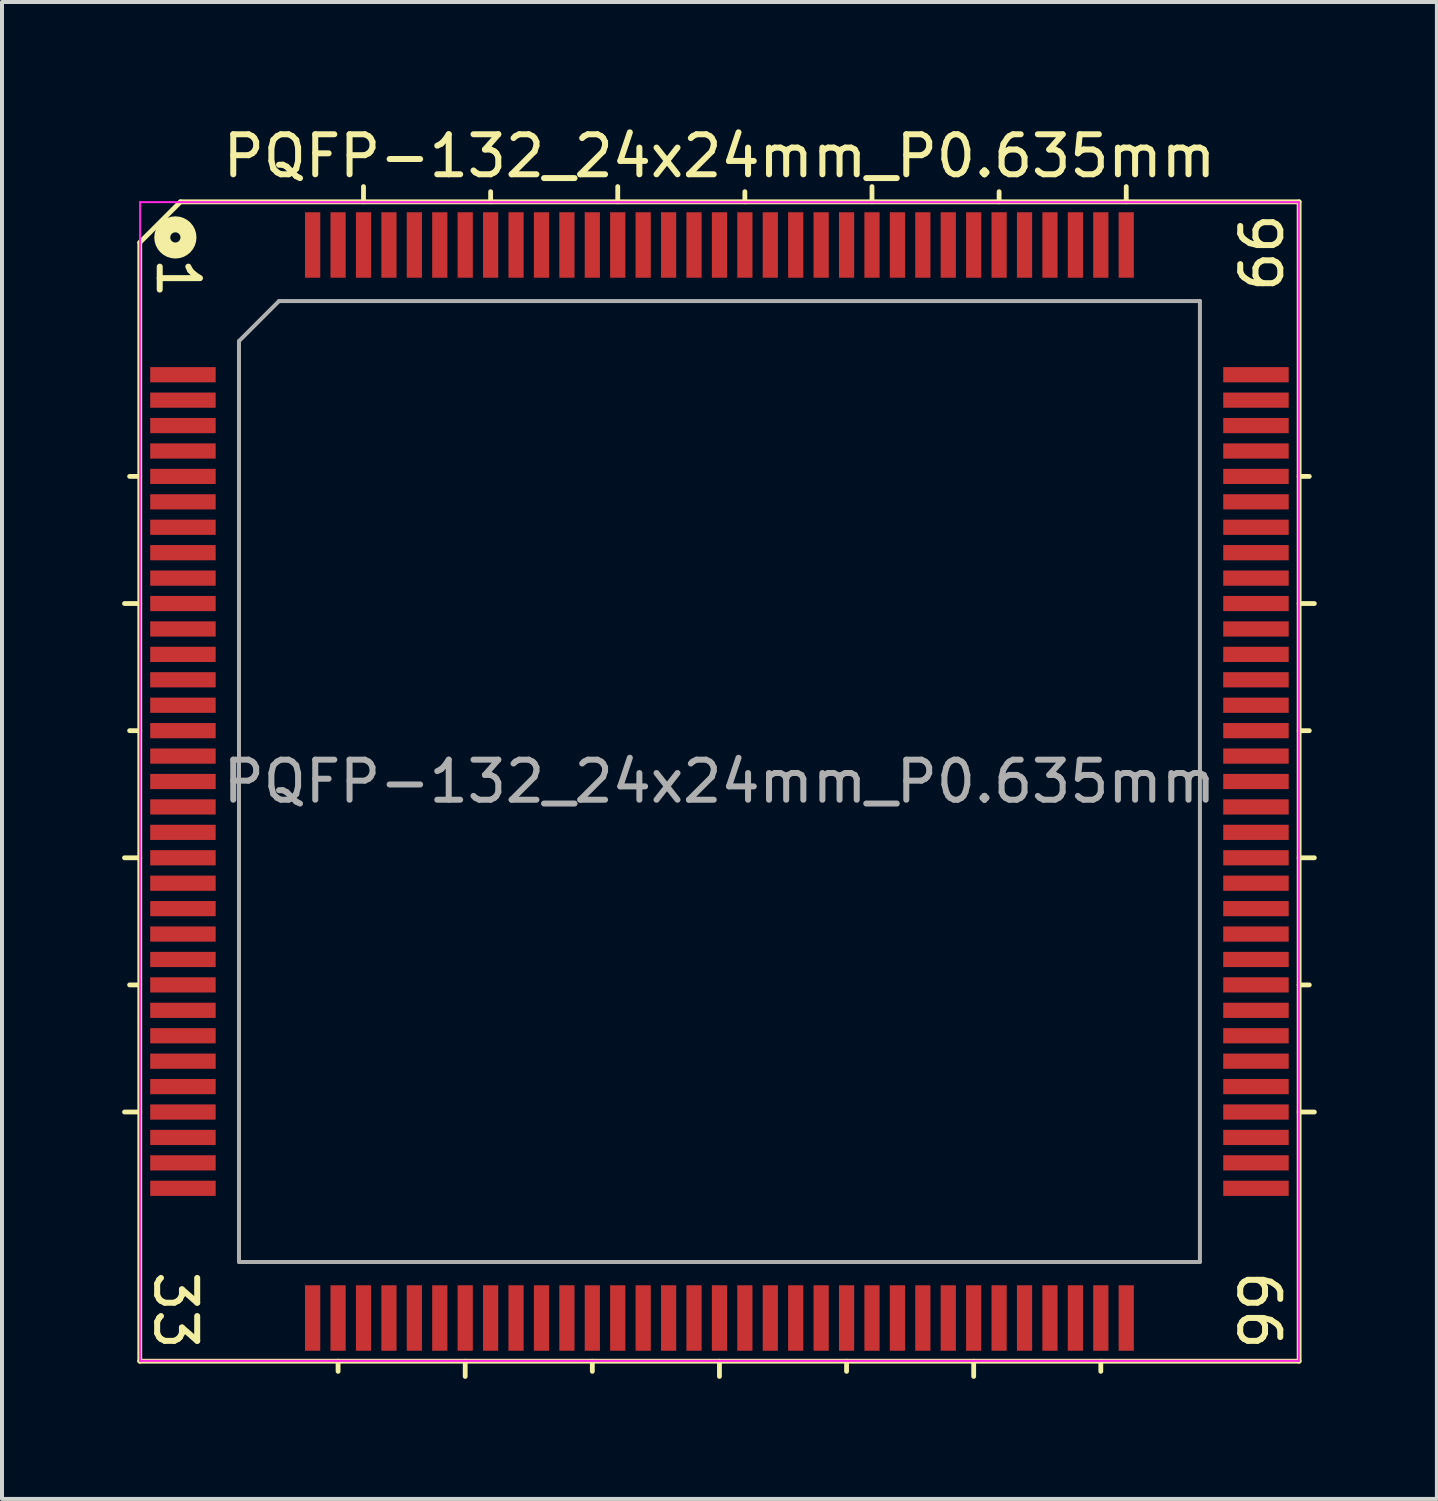
<source format=kicad_pcb>
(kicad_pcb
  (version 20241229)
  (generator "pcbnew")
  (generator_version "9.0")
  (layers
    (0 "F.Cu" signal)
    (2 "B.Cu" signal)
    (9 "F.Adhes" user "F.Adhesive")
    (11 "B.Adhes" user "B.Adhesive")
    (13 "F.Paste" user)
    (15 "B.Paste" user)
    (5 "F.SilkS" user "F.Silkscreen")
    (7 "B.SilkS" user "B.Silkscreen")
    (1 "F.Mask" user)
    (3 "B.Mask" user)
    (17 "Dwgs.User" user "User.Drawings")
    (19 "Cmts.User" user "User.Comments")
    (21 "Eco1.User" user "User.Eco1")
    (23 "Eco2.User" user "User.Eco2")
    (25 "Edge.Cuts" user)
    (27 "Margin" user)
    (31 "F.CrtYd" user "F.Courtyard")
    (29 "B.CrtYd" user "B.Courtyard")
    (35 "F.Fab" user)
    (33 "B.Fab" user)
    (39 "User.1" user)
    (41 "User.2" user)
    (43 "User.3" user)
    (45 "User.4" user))
  (footprint "PQFP-132_24x24mm_P0.635mm"
    (layer "F.Cu")
    (at 14.919 16.469)
    (property "Reference" "PQFP-132_24x24mm_P0.635mm" (at 0 -15.621 0) (layer "F.SilkS") (effects (font (size 1 1) (thickness 0.15))))
    (attr smd)
    (fp_line (start -14.859 -4.445) (end -14.478 -4.445) (stroke (width 0.12) (type solid)) (layer "F.SilkS"))
    (fp_line (start -14.859 1.905) (end -14.478 1.905) (stroke (width 0.12) (type solid)) (layer "F.SilkS"))
    (fp_line (start -14.859 8.255) (end -14.478 8.255) (stroke (width 0.12) (type solid)) (layer "F.SilkS"))
    (fp_line (start -14.732 -7.62) (end -14.478 -7.62) (stroke (width 0.12) (type solid)) (layer "F.SilkS"))
    (fp_line (start -14.732 -1.27) (end -14.478 -1.27) (stroke (width 0.12) (type solid)) (layer "F.SilkS"))
    (fp_line (start -14.732 5.08) (end -14.478 5.08) (stroke (width 0.12) (type solid)) (layer "F.SilkS"))
    (fp_line (start -14.478 -13.462) (end -14.478 14.478) (stroke (width 0.12) (type solid)) (layer "F.SilkS"))
    (fp_line (start -14.478 14.478) (end 14.478 14.478) (stroke (width 0.12) (type solid)) (layer "F.SilkS"))
    (fp_line (start -13.462 -14.478) (end -14.478 -13.462) (stroke (width 0.12) (type solid)) (layer "F.SilkS"))
    (fp_line (start -9.525 14.732) (end -9.525 14.478) (stroke (width 0.12) (type solid)) (layer "F.SilkS"))
    (fp_line (start -8.89 -14.478) (end -8.89 -14.859) (stroke (width 0.12) (type solid)) (layer "F.SilkS"))
    (fp_line (start -6.35 14.859) (end -6.35 14.478) (stroke (width 0.12) (type solid)) (layer "F.SilkS"))
    (fp_line (start -5.715 -14.478) (end -5.715 -14.732) (stroke (width 0.12) (type solid)) (layer "F.SilkS"))
    (fp_line (start -3.175 14.732) (end -3.175 14.478) (stroke (width 0.12) (type solid)) (layer "F.SilkS"))
    (fp_line (start -2.54 -14.478) (end -2.54 -14.859) (stroke (width 0.12) (type solid)) (layer "F.SilkS"))
    (fp_line (start 0 14.859) (end 0 14.478) (stroke (width 0.12) (type solid)) (layer "F.SilkS"))
    (fp_line (start 0.635 -14.478) (end 0.635 -14.732) (stroke (width 0.12) (type solid)) (layer "F.SilkS"))
    (fp_line (start 3.175 14.732) (end 3.175 14.478) (stroke (width 0.12) (type solid)) (layer "F.SilkS"))
    (fp_line (start 3.81 -14.478) (end 3.81 -14.859) (stroke (width 0.12) (type solid)) (layer "F.SilkS"))
    (fp_line (start 6.35 14.859) (end 6.35 14.478) (stroke (width 0.12) (type solid)) (layer "F.SilkS"))
    (fp_line (start 6.985 -14.478) (end 6.985 -14.732) (stroke (width 0.12) (type solid)) (layer "F.SilkS"))
    (fp_line (start 9.525 14.732) (end 9.525 14.478) (stroke (width 0.12) (type solid)) (layer "F.SilkS"))
    (fp_line (start 10.16 -14.478) (end 10.16 -14.859) (stroke (width 0.12) (type solid)) (layer "F.SilkS"))
    (fp_line (start 14.478 -14.478) (end -13.462 -14.478) (stroke (width 0.12) (type solid)) (layer "F.SilkS"))
    (fp_line (start 14.478 -7.62) (end 14.732 -7.62) (stroke (width 0.12) (type solid)) (layer "F.SilkS"))
    (fp_line (start 14.478 -4.445) (end 14.859 -4.445) (stroke (width 0.12) (type solid)) (layer "F.SilkS"))
    (fp_line (start 14.478 -1.27) (end 14.732 -1.27) (stroke (width 0.12) (type solid)) (layer "F.SilkS"))
    (fp_line (start 14.478 1.905) (end 14.859 1.905) (stroke (width 0.12) (type solid)) (layer "F.SilkS"))
    (fp_line (start 14.478 5.08) (end 14.732 5.08) (stroke (width 0.12) (type solid)) (layer "F.SilkS"))
    (fp_line (start 14.478 8.255) (end 14.859 8.255) (stroke (width 0.12) (type solid)) (layer "F.SilkS"))
    (fp_line (start 14.478 14.478) (end 14.478 -14.478) (stroke (width 0.12) (type solid)) (layer "F.SilkS"))
    (fp_circle (center -13.589 -13.589) (end -13.462 -13.589) (stroke (width 0.4) (type solid)) (fill no) (layer "F.SilkS"))
    (fp_line (start -14.47 -14.47) (end -14.47 14.47) (stroke (width 0.05) (type solid)) (layer "F.CrtYd"))
    (fp_line (start 14.47 -14.47) (end -14.47 -14.47) (stroke (width 0.05) (type solid)) (layer "F.CrtYd"))
    (fp_line (start 14.47 -14.47) (end 14.47 14.47) (stroke (width 0.05) (type solid)) (layer "F.CrtYd"))
    (fp_line (start 14.47 14.47) (end -14.47 14.47) (stroke (width 0.05) (type solid)) (layer "F.CrtYd"))
    (fp_line (start -12 12) (end -12 -11) (stroke (width 0.1) (type solid)) (layer "F.Fab"))
    (fp_line (start -11 -12) (end -12 -11) (stroke (width 0.1) (type solid)) (layer "F.Fab"))
    (fp_line (start -11 -12) (end 12 -12) (stroke (width 0.1) (type solid)) (layer "F.Fab"))
    (fp_line (start 12 -12) (end 12 12) (stroke (width 0.1) (type solid)) (layer "F.Fab"))
    (fp_line (start 12 12) (end -12 12) (stroke (width 0.1) (type solid)) (layer "F.Fab"))
    (fp_text user "1" (at -13.525 -12.573 270) (unlocked yes) (layer "F.SilkS") (effects (font (size 1 1) (thickness 0.15))))
    (fp_text user "66" (at 13.462 13.208 270) (unlocked yes) (layer "F.SilkS") (effects (font (size 1 1) (thickness 0.15))))
    (fp_text user "99" (at 13.462 -13.208 270) (unlocked yes) (layer "F.SilkS") (effects (font (size 1 1) (thickness 0.15))))
    (fp_text user "33" (at -13.589 13.208 270) (unlocked yes) (layer "F.SilkS") (effects (font (size 1 1) (thickness 0.15))))
    (fp_text user "${REFERENCE}" (at 0 0 0) (layer "F.Fab") (effects (font (size 1 1) (thickness 0.15))))
    (pad "1" smd rect (at -13.4 -10.16) (size 1.635 0.38) (layers "F.Cu" "F.Mask" "F.Paste"))
    (pad "2" smd rect (at -13.4 -9.525) (size 1.635 0.38) (layers "F.Cu" "F.Mask" "F.Paste"))
    (pad "3" smd rect (at -13.4 -8.89) (size 1.635 0.38) (layers "F.Cu" "F.Mask" "F.Paste"))
    (pad "4" smd rect (at -13.4 -8.255) (size 1.635 0.38) (layers "F.Cu" "F.Mask" "F.Paste"))
    (pad "5" smd rect (at -13.4 -7.62) (size 1.635 0.38) (layers "F.Cu" "F.Mask" "F.Paste"))
    (pad "6" smd rect (at -13.4 -6.985) (size 1.635 0.38) (layers "F.Cu" "F.Mask" "F.Paste"))
    (pad "7" smd rect (at -13.4 -6.35) (size 1.635 0.38) (layers "F.Cu" "F.Mask" "F.Paste"))
    (pad "8" smd rect (at -13.4 -5.715) (size 1.635 0.38) (layers "F.Cu" "F.Mask" "F.Paste"))
    (pad "9" smd rect (at -13.4 -5.08) (size 1.635 0.38) (layers "F.Cu" "F.Mask" "F.Paste"))
    (pad "10" smd rect (at -13.4 -4.445) (size 1.635 0.38) (layers "F.Cu" "F.Mask" "F.Paste"))
    (pad "11" smd rect (at -13.4 -3.81) (size 1.635 0.38) (layers "F.Cu" "F.Mask" "F.Paste"))
    (pad "12" smd rect (at -13.4 -3.175) (size 1.635 0.38) (layers "F.Cu" "F.Mask" "F.Paste"))
    (pad "13" smd rect (at -13.4 -2.54) (size 1.635 0.38) (layers "F.Cu" "F.Mask" "F.Paste"))
    (pad "14" smd rect (at -13.4 -1.905) (size 1.635 0.38) (layers "F.Cu" "F.Mask" "F.Paste"))
    (pad "15" smd rect (at -13.4 -1.27) (size 1.635 0.38) (layers "F.Cu" "F.Mask" "F.Paste"))
    (pad "16" smd rect (at -13.4 -0.635) (size 1.635 0.38) (layers "F.Cu" "F.Mask" "F.Paste"))
    (pad "17" smd rect (at -13.4 0) (size 1.635 0.38) (layers "F.Cu" "F.Mask" "F.Paste"))
    (pad "18" smd rect (at -13.4 0.635) (size 1.635 0.38) (layers "F.Cu" "F.Mask" "F.Paste"))
    (pad "19" smd rect (at -13.4 1.27) (size 1.635 0.38) (layers "F.Cu" "F.Mask" "F.Paste"))
    (pad "20" smd rect (at -13.4 1.905) (size 1.635 0.38) (layers "F.Cu" "F.Mask" "F.Paste"))
    (pad "21" smd rect (at -13.4 2.54) (size 1.635 0.38) (layers "F.Cu" "F.Mask" "F.Paste"))
    (pad "22" smd rect (at -13.4 3.175) (size 1.635 0.38) (layers "F.Cu" "F.Mask" "F.Paste"))
    (pad "23" smd rect (at -13.4 3.81) (size 1.635 0.38) (layers "F.Cu" "F.Mask" "F.Paste"))
    (pad "24" smd rect (at -13.4 4.445) (size 1.635 0.38) (layers "F.Cu" "F.Mask" "F.Paste"))
    (pad "25" smd rect (at -13.4 5.08) (size 1.635 0.38) (layers "F.Cu" "F.Mask" "F.Paste"))
    (pad "26" smd rect (at -13.4 5.715) (size 1.635 0.38) (layers "F.Cu" "F.Mask" "F.Paste"))
    (pad "27" smd rect (at -13.4 6.35) (size 1.635 0.38) (layers "F.Cu" "F.Mask" "F.Paste"))
    (pad "28" smd rect (at -13.4 6.985) (size 1.635 0.38) (layers "F.Cu" "F.Mask" "F.Paste"))
    (pad "29" smd rect (at -13.4 7.62) (size 1.635 0.38) (layers "F.Cu" "F.Mask" "F.Paste"))
    (pad "30" smd rect (at -13.4 8.255) (size 1.635 0.38) (layers "F.Cu" "F.Mask" "F.Paste"))
    (pad "31" smd rect (at -13.4 8.89) (size 1.635 0.38) (layers "F.Cu" "F.Mask" "F.Paste"))
    (pad "32" smd rect (at -13.4 9.525) (size 1.635 0.38) (layers "F.Cu" "F.Mask" "F.Paste"))
    (pad "33" smd rect (at -13.4 10.16) (size 1.635 0.38) (layers "F.Cu" "F.Mask" "F.Paste"))
    (pad "34" smd rect (at -10.16 13.4) (size 0.38 1.635) (layers "F.Cu" "F.Mask" "F.Paste"))
    (pad "35" smd rect (at -9.525 13.4) (size 0.38 1.635) (layers "F.Cu" "F.Mask" "F.Paste"))
    (pad "36" smd rect (at -8.89 13.4) (size 0.38 1.635) (layers "F.Cu" "F.Mask" "F.Paste"))
    (pad "37" smd rect (at -8.255 13.4) (size 0.38 1.635) (layers "F.Cu" "F.Mask" "F.Paste"))
    (pad "38" smd rect (at -7.62 13.4) (size 0.38 1.635) (layers "F.Cu" "F.Mask" "F.Paste"))
    (pad "39" smd rect (at -6.985 13.4) (size 0.38 1.635) (layers "F.Cu" "F.Mask" "F.Paste"))
    (pad "40" smd rect (at -6.35 13.4) (size 0.38 1.635) (layers "F.Cu" "F.Mask" "F.Paste"))
    (pad "41" smd rect (at -5.715 13.4) (size 0.38 1.635) (layers "F.Cu" "F.Mask" "F.Paste"))
    (pad "42" smd rect (at -5.08 13.4) (size 0.38 1.635) (layers "F.Cu" "F.Mask" "F.Paste"))
    (pad "43" smd rect (at -4.445 13.4) (size 0.38 1.635) (layers "F.Cu" "F.Mask" "F.Paste"))
    (pad "44" smd rect (at -3.81 13.4) (size 0.38 1.635) (layers "F.Cu" "F.Mask" "F.Paste"))
    (pad "45" smd rect (at -3.175 13.4) (size 0.38 1.635) (layers "F.Cu" "F.Mask" "F.Paste"))
    (pad "46" smd rect (at -2.54 13.4) (size 0.38 1.635) (layers "F.Cu" "F.Mask" "F.Paste"))
    (pad "47" smd rect (at -1.905 13.4) (size 0.38 1.635) (layers "F.Cu" "F.Mask" "F.Paste"))
    (pad "48" smd rect (at -1.27 13.4) (size 0.38 1.635) (layers "F.Cu" "F.Mask" "F.Paste"))
    (pad "49" smd rect (at -0.635 13.4) (size 0.38 1.635) (layers "F.Cu" "F.Mask" "F.Paste"))
    (pad "50" smd rect (at 0 13.4) (size 0.38 1.635) (layers "F.Cu" "F.Mask" "F.Paste"))
    (pad "51" smd rect (at 0.635 13.4) (size 0.38 1.635) (layers "F.Cu" "F.Mask" "F.Paste"))
    (pad "52" smd rect (at 1.27 13.4) (size 0.38 1.635) (layers "F.Cu" "F.Mask" "F.Paste"))
    (pad "53" smd rect (at 1.905 13.4) (size 0.38 1.635) (layers "F.Cu" "F.Mask" "F.Paste"))
    (pad "54" smd rect (at 2.54 13.4) (size 0.38 1.635) (layers "F.Cu" "F.Mask" "F.Paste"))
    (pad "55" smd rect (at 3.175 13.4) (size 0.38 1.635) (layers "F.Cu" "F.Mask" "F.Paste"))
    (pad "56" smd rect (at 3.81 13.4) (size 0.38 1.635) (layers "F.Cu" "F.Mask" "F.Paste"))
    (pad "57" smd rect (at 4.445 13.4) (size 0.38 1.635) (layers "F.Cu" "F.Mask" "F.Paste"))
    (pad "58" smd rect (at 5.08 13.4) (size 0.38 1.635) (layers "F.Cu" "F.Mask" "F.Paste"))
    (pad "59" smd rect (at 5.715 13.4) (size 0.38 1.635) (layers "F.Cu" "F.Mask" "F.Paste"))
    (pad "60" smd rect (at 6.35 13.4) (size 0.38 1.635) (layers "F.Cu" "F.Mask" "F.Paste"))
    (pad "61" smd rect (at 6.985 13.4) (size 0.38 1.635) (layers "F.Cu" "F.Mask" "F.Paste"))
    (pad "62" smd rect (at 7.62 13.4) (size 0.38 1.635) (layers "F.Cu" "F.Mask" "F.Paste"))
    (pad "63" smd rect (at 8.255 13.4) (size 0.38 1.635) (layers "F.Cu" "F.Mask" "F.Paste"))
    (pad "64" smd rect (at 8.89 13.4) (size 0.38 1.635) (layers "F.Cu" "F.Mask" "F.Paste"))
    (pad "65" smd rect (at 9.525 13.4) (size 0.38 1.635) (layers "F.Cu" "F.Mask" "F.Paste"))
    (pad "66" smd rect (at 10.16 13.4) (size 0.38 1.635) (layers "F.Cu" "F.Mask" "F.Paste"))
    (pad "67" smd rect (at 13.4 10.16) (size 1.635 0.38) (layers "F.Cu" "F.Mask" "F.Paste"))
    (pad "68" smd rect (at 13.4 9.525) (size 1.635 0.38) (layers "F.Cu" "F.Mask" "F.Paste"))
    (pad "69" smd rect (at 13.4 8.89) (size 1.635 0.38) (layers "F.Cu" "F.Mask" "F.Paste"))
    (pad "70" smd rect (at 13.4 8.255) (size 1.635 0.38) (layers "F.Cu" "F.Mask" "F.Paste"))
    (pad "71" smd rect (at 13.4 7.62) (size 1.635 0.38) (layers "F.Cu" "F.Mask" "F.Paste"))
    (pad "72" smd rect (at 13.4 6.985) (size 1.635 0.38) (layers "F.Cu" "F.Mask" "F.Paste"))
    (pad "73" smd rect (at 13.4 6.35) (size 1.635 0.38) (layers "F.Cu" "F.Mask" "F.Paste"))
    (pad "74" smd rect (at 13.4 5.715) (size 1.635 0.38) (layers "F.Cu" "F.Mask" "F.Paste"))
    (pad "75" smd rect (at 13.4 5.08) (size 1.635 0.38) (layers "F.Cu" "F.Mask" "F.Paste"))
    (pad "76" smd rect (at 13.4 4.445) (size 1.635 0.38) (layers "F.Cu" "F.Mask" "F.Paste"))
    (pad "77" smd rect (at 13.4 3.81) (size 1.635 0.38) (layers "F.Cu" "F.Mask" "F.Paste"))
    (pad "78" smd rect (at 13.4 3.175) (size 1.635 0.38) (layers "F.Cu" "F.Mask" "F.Paste"))
    (pad "79" smd rect (at 13.4 2.54) (size 1.635 0.38) (layers "F.Cu" "F.Mask" "F.Paste"))
    (pad "80" smd rect (at 13.4 1.905) (size 1.635 0.38) (layers "F.Cu" "F.Mask" "F.Paste"))
    (pad "81" smd rect (at 13.4 1.27) (size 1.635 0.38) (layers "F.Cu" "F.Mask" "F.Paste"))
    (pad "82" smd rect (at 13.4 0.635) (size 1.635 0.38) (layers "F.Cu" "F.Mask" "F.Paste"))
    (pad "83" smd rect (at 13.4 0) (size 1.635 0.38) (layers "F.Cu" "F.Mask" "F.Paste"))
    (pad "84" smd rect (at 13.4 -0.635) (size 1.635 0.38) (layers "F.Cu" "F.Mask" "F.Paste"))
    (pad "85" smd rect (at 13.4 -1.27) (size 1.635 0.38) (layers "F.Cu" "F.Mask" "F.Paste"))
    (pad "86" smd rect (at 13.4 -1.905) (size 1.635 0.38) (layers "F.Cu" "F.Mask" "F.Paste"))
    (pad "87" smd rect (at 13.4 -2.54) (size 1.635 0.38) (layers "F.Cu" "F.Mask" "F.Paste"))
    (pad "88" smd rect (at 13.4 -3.175) (size 1.635 0.38) (layers "F.Cu" "F.Mask" "F.Paste"))
    (pad "89" smd rect (at 13.4 -3.81) (size 1.635 0.38) (layers "F.Cu" "F.Mask" "F.Paste"))
    (pad "90" smd rect (at 13.4 -4.445) (size 1.635 0.38) (layers "F.Cu" "F.Mask" "F.Paste"))
    (pad "91" smd rect (at 13.4 -5.08) (size 1.635 0.38) (layers "F.Cu" "F.Mask" "F.Paste"))
    (pad "92" smd rect (at 13.4 -5.715) (size 1.635 0.38) (layers "F.Cu" "F.Mask" "F.Paste"))
    (pad "93" smd rect (at 13.4 -6.35) (size 1.635 0.38) (layers "F.Cu" "F.Mask" "F.Paste"))
    (pad "94" smd rect (at 13.4 -6.985) (size 1.635 0.38) (layers "F.Cu" "F.Mask" "F.Paste"))
    (pad "95" smd rect (at 13.4 -7.62) (size 1.635 0.38) (layers "F.Cu" "F.Mask" "F.Paste"))
    (pad "96" smd rect (at 13.4 -8.255) (size 1.635 0.38) (layers "F.Cu" "F.Mask" "F.Paste"))
    (pad "97" smd rect (at 13.4 -8.89) (size 1.635 0.38) (layers "F.Cu" "F.Mask" "F.Paste"))
    (pad "98" smd rect (at 13.4 -9.525) (size 1.635 0.38) (layers "F.Cu" "F.Mask" "F.Paste"))
    (pad "99" smd rect (at 13.4 -10.16) (size 1.635 0.38) (layers "F.Cu" "F.Mask" "F.Paste"))
    (pad "100" smd rect (at 10.16 -13.4) (size 0.38 1.635) (layers "F.Cu" "F.Mask" "F.Paste"))
    (pad "101" smd rect (at 9.525 -13.4) (size 0.38 1.635) (layers "F.Cu" "F.Mask" "F.Paste"))
    (pad "102" smd rect (at 8.89 -13.4) (size 0.38 1.635) (layers "F.Cu" "F.Mask" "F.Paste"))
    (pad "103" smd rect (at 8.255 -13.4) (size 0.38 1.635) (layers "F.Cu" "F.Mask" "F.Paste"))
    (pad "104" smd rect (at 7.62 -13.4) (size 0.38 1.635) (layers "F.Cu" "F.Mask" "F.Paste"))
    (pad "105" smd rect (at 6.985 -13.4) (size 0.38 1.635) (layers "F.Cu" "F.Mask" "F.Paste"))
    (pad "106" smd rect (at 6.35 -13.4) (size 0.38 1.635) (layers "F.Cu" "F.Mask" "F.Paste"))
    (pad "107" smd rect (at 5.715 -13.4) (size 0.38 1.635) (layers "F.Cu" "F.Mask" "F.Paste"))
    (pad "108" smd rect (at 5.08 -13.4) (size 0.38 1.635) (layers "F.Cu" "F.Mask" "F.Paste"))
    (pad "109" smd rect (at 4.445 -13.4) (size 0.38 1.635) (layers "F.Cu" "F.Mask" "F.Paste"))
    (pad "110" smd rect (at 3.81 -13.4) (size 0.38 1.635) (layers "F.Cu" "F.Mask" "F.Paste"))
    (pad "111" smd rect (at 3.175 -13.4) (size 0.38 1.635) (layers "F.Cu" "F.Mask" "F.Paste"))
    (pad "112" smd rect (at 2.54 -13.4) (size 0.38 1.635) (layers "F.Cu" "F.Mask" "F.Paste"))
    (pad "113" smd rect (at 1.905 -13.4) (size 0.38 1.635) (layers "F.Cu" "F.Mask" "F.Paste"))
    (pad "114" smd rect (at 1.27 -13.4) (size 0.38 1.635) (layers "F.Cu" "F.Mask" "F.Paste"))
    (pad "115" smd rect (at 0.635 -13.4) (size 0.38 1.635) (layers "F.Cu" "F.Mask" "F.Paste"))
    (pad "116" smd rect (at 0 -13.4) (size 0.38 1.635) (layers "F.Cu" "F.Mask" "F.Paste"))
    (pad "117" smd rect (at -0.635 -13.4) (size 0.38 1.635) (layers "F.Cu" "F.Mask" "F.Paste"))
    (pad "118" smd rect (at -1.27 -13.4) (size 0.38 1.635) (layers "F.Cu" "F.Mask" "F.Paste"))
    (pad "119" smd rect (at -1.905 -13.4) (size 0.38 1.635) (layers "F.Cu" "F.Mask" "F.Paste"))
    (pad "120" smd rect (at -2.54 -13.4) (size 0.38 1.635) (layers "F.Cu" "F.Mask" "F.Paste"))
    (pad "121" smd rect (at -3.175 -13.4) (size 0.38 1.635) (layers "F.Cu" "F.Mask" "F.Paste"))
    (pad "122" smd rect (at -3.81 -13.4) (size 0.38 1.635) (layers "F.Cu" "F.Mask" "F.Paste"))
    (pad "123" smd rect (at -4.445 -13.4) (size 0.38 1.635) (layers "F.Cu" "F.Mask" "F.Paste"))
    (pad "124" smd rect (at -5.08 -13.4) (size 0.38 1.635) (layers "F.Cu" "F.Mask" "F.Paste"))
    (pad "125" smd rect (at -5.715 -13.4) (size 0.38 1.635) (layers "F.Cu" "F.Mask" "F.Paste"))
    (pad "126" smd rect (at -6.35 -13.4) (size 0.38 1.635) (layers "F.Cu" "F.Mask" "F.Paste"))
    (pad "127" smd rect (at -6.985 -13.4) (size 0.38 1.635) (layers "F.Cu" "F.Mask" "F.Paste"))
    (pad "128" smd rect (at -7.62 -13.4) (size 0.38 1.635) (layers "F.Cu" "F.Mask" "F.Paste"))
    (pad "129" smd rect (at -8.255 -13.4) (size 0.38 1.635) (layers "F.Cu" "F.Mask" "F.Paste"))
    (pad "130" smd rect (at -8.89 -13.4) (size 0.38 1.635) (layers "F.Cu" "F.Mask" "F.Paste"))
    (pad "131" smd rect (at -9.525 -13.4) (size 0.38 1.635) (layers "F.Cu" "F.Mask" "F.Paste"))
    (pad "132" smd rect (at -10.16 -13.4) (size 0.38 1.635) (layers "F.Cu" "F.Mask" "F.Paste")))
  (gr_rect
    (start -3 -3)
    (end 32.838 34.388)
    (stroke (width 0.1) (type default))
    (fill no)
    (layer "Edge.Cuts")))
</source>
